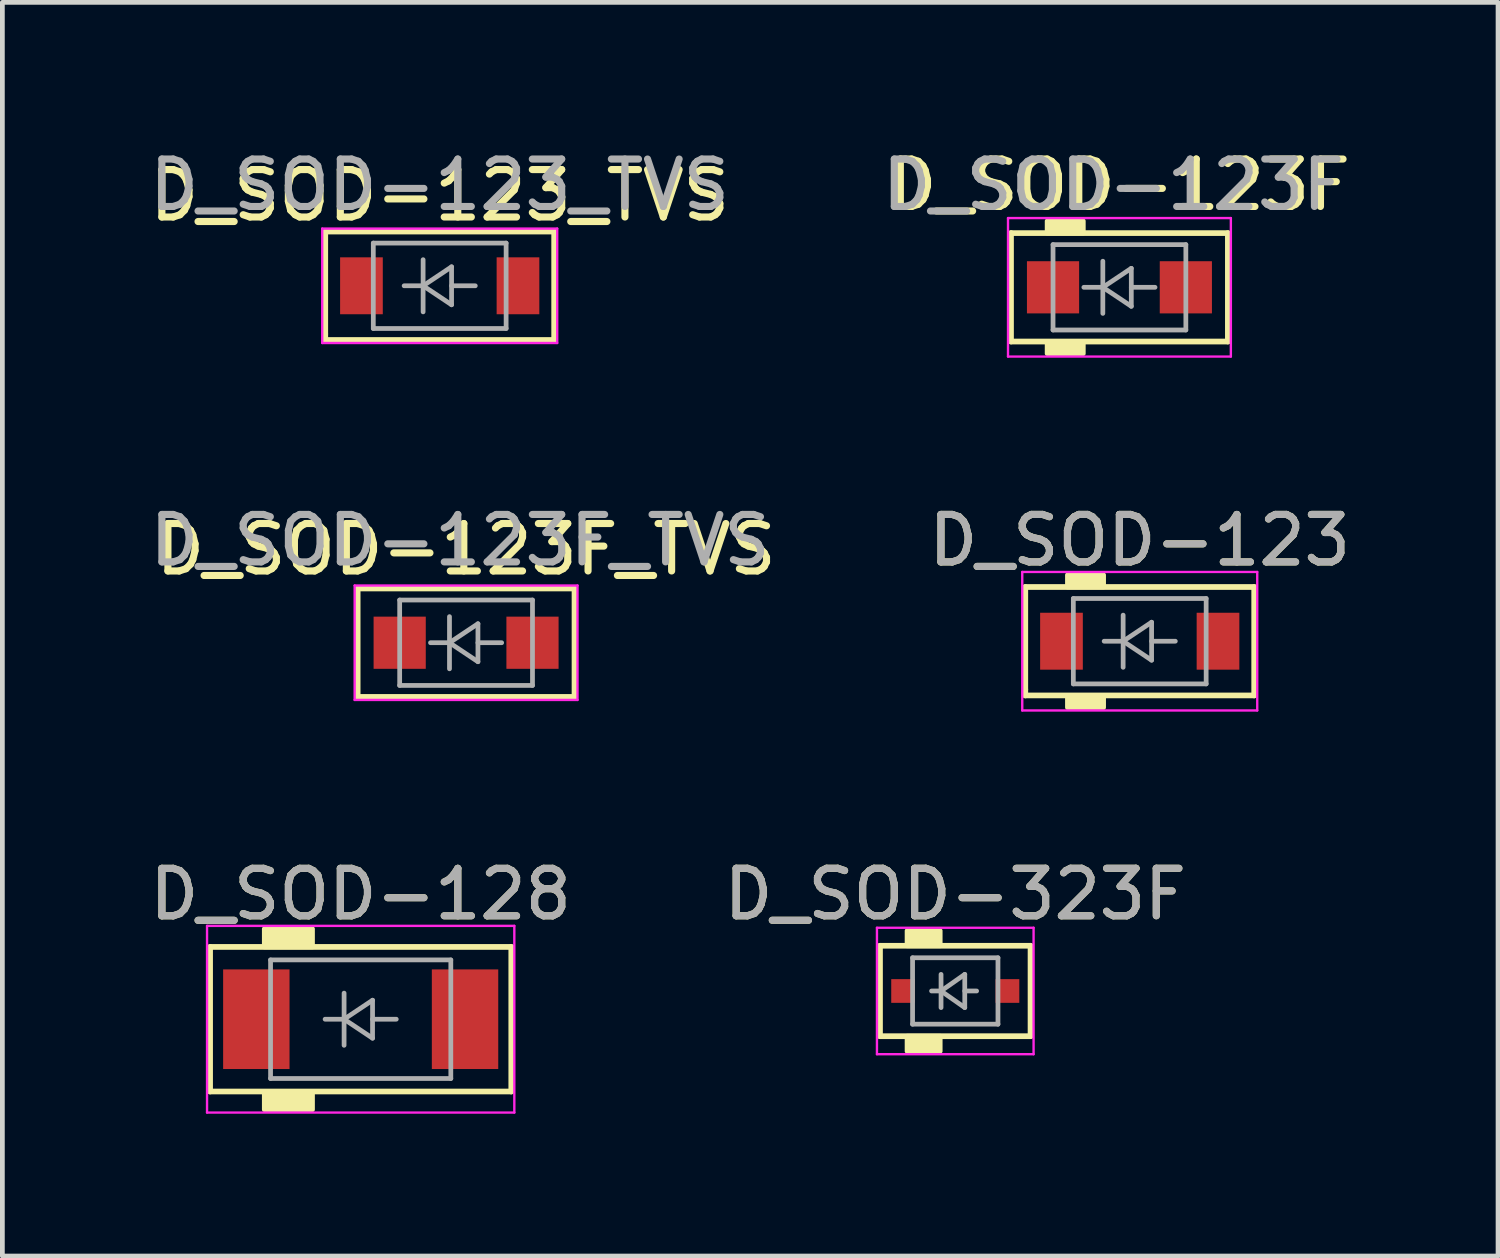
<source format=kicad_pcb>
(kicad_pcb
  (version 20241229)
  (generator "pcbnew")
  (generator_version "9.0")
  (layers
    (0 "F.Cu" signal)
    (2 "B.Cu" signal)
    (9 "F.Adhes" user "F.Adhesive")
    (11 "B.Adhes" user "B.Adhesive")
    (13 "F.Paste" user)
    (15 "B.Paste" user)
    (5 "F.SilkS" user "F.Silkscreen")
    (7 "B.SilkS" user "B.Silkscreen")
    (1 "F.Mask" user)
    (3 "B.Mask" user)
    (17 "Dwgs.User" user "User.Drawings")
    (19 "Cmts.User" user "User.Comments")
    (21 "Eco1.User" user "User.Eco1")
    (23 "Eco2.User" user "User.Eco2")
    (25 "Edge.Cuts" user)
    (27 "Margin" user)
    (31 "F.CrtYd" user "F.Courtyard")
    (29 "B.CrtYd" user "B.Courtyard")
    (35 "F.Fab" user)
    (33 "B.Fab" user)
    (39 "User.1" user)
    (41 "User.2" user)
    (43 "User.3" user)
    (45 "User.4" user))
  (footprint "D_SOD-128"
    (layer "F.Cu")
    (at 4.554 18.437)
    (property "Reference" "D_SOD-128" (at 0 -2.635 0) (layer "F.SilkS") (effects (font (size 1 1) (thickness 0.15))))
    (attr smd)
    (fp_line (start -3.175 -1.524) (end -3.175 1.524) (stroke (width 0.12) (type solid)) (layer "F.SilkS"))
    (fp_line (start -3.175 1.524) (end 3.175 1.524) (stroke (width 0.12) (type solid)) (layer "F.SilkS"))
    (fp_line (start 3.175 -1.524) (end -3.175 -1.524) (stroke (width 0.12) (type solid)) (layer "F.SilkS"))
    (fp_line (start 3.175 1.524) (end 3.175 -1.524) (stroke (width 0.12) (type solid)) (layer "F.SilkS"))
    (fp_poly (pts (xy -1.016 -1.524) (xy -2.032 -1.524) (xy -2.032 -1.905) (xy -1.016 -1.905)) (stroke (width 0.1) (type solid)) (fill yes) (layer "F.SilkS"))
    (fp_poly (pts (xy -1.016 1.905) (xy -2.032 1.905) (xy -2.032 1.524) (xy -1.016 1.524)) (stroke (width 0.1) (type solid)) (fill yes) (layer "F.SilkS"))
    (fp_line (start -3.239 -1.968) (end -3.239 1.968) (stroke (width 0.05) (type solid)) (layer "F.CrtYd"))
    (fp_line (start -3.239 -1.968) (end 3.239 -1.968) (stroke (width 0.05) (type solid)) (layer "F.CrtYd"))
    (fp_line (start 3.239 -1.968) (end 3.239 1.968) (stroke (width 0.05) (type solid)) (layer "F.CrtYd"))
    (fp_line (start 3.239 1.968) (end -3.239 1.968) (stroke (width 0.05) (type solid)) (layer "F.CrtYd"))
    (fp_line (start -1.9 -1.25) (end 1.9 -1.25) (stroke (width 0.1) (type solid)) (layer "F.Fab"))
    (fp_line (start -1.9 1.25) (end -1.9 -1.25) (stroke (width 0.1) (type solid)) (layer "F.Fab"))
    (fp_line (start -0.75 0) (end -0.35 0) (stroke (width 0.1) (type solid)) (layer "F.Fab"))
    (fp_line (start -0.35 0) (end -0.35 -0.55) (stroke (width 0.1) (type solid)) (layer "F.Fab"))
    (fp_line (start -0.35 0) (end -0.35 0.55) (stroke (width 0.1) (type solid)) (layer "F.Fab"))
    (fp_line (start -0.35 0) (end 0.25 -0.4) (stroke (width 0.1) (type solid)) (layer "F.Fab"))
    (fp_line (start 0.25 -0.4) (end 0.25 0.4) (stroke (width 0.1) (type solid)) (layer "F.Fab"))
    (fp_line (start 0.25 0) (end 0.75 0) (stroke (width 0.1) (type solid)) (layer "F.Fab"))
    (fp_line (start 0.25 0.4) (end -0.35 0) (stroke (width 0.1) (type solid)) (layer "F.Fab"))
    (fp_line (start 1.9 -1.25) (end 1.9 1.25) (stroke (width 0.1) (type solid)) (layer "F.Fab"))
    (fp_line (start 1.9 1.25) (end -1.9 1.25) (stroke (width 0.1) (type solid)) (layer "F.Fab"))
    (fp_text user "${REFERENCE}" (at 0 -2.635 0) (layer "F.Fab") (effects (font (size 1 1) (thickness 0.15))))
    (pad "1" smd rect (at -2.2 0) (size 1.4 2.1) (layers "F.Cu" "F.Mask" "F.Paste"))
    (pad "2" smd rect (at 2.2 0) (size 1.4 2.1) (layers "F.Cu" "F.Mask" "F.Paste")))
  (footprint "D_SOD-323F"
    (layer "F.Cu")
    (at 17.089 17.842)
    (property "Reference" "D_SOD-323F" (at 0 -2.041 0) (layer "F.SilkS") (effects (font (size 1 1) (thickness 0.15))))
    (attr smd)
    (fp_line (start -1.587 -0.953) (end -1.587 0.953) (stroke (width 0.12) (type solid)) (layer "F.SilkS"))
    (fp_line (start -1.587 0.953) (end 1.587 0.953) (stroke (width 0.12) (type solid)) (layer "F.SilkS"))
    (fp_line (start 1.587 -0.953) (end -1.587 -0.953) (stroke (width 0.12) (type solid)) (layer "F.SilkS"))
    (fp_line (start 1.587 0.953) (end 1.587 -0.953) (stroke (width 0.12) (type solid)) (layer "F.SilkS"))
    (fp_poly (pts (xy -0.318 -0.953) (xy -1.016 -0.953) (xy -1.016 -1.27) (xy -0.318 -1.27)) (stroke (width 0.1) (type solid)) (fill yes) (layer "F.SilkS"))
    (fp_poly (pts (xy -0.318 1.27) (xy -1.016 1.27) (xy -1.016 0.953) (xy -0.318 0.953)) (stroke (width 0.1) (type solid)) (fill yes) (layer "F.SilkS"))
    (fp_line (start -1.651 -1.333) (end -1.651 1.333) (stroke (width 0.05) (type solid)) (layer "F.CrtYd"))
    (fp_line (start -1.651 -1.333) (end 1.651 -1.333) (stroke (width 0.05) (type solid)) (layer "F.CrtYd"))
    (fp_line (start -1.651 1.333) (end 1.651 1.333) (stroke (width 0.05) (type solid)) (layer "F.CrtYd"))
    (fp_line (start 1.651 -1.333) (end 1.651 1.333) (stroke (width 0.05) (type solid)) (layer "F.CrtYd"))
    (fp_line (start -0.9 -0.7) (end 0.9 -0.7) (stroke (width 0.1) (type solid)) (layer "F.Fab"))
    (fp_line (start -0.9 0.7) (end -0.9 -0.7) (stroke (width 0.1) (type solid)) (layer "F.Fab"))
    (fp_line (start -0.3 -0.35) (end -0.3 0.35) (stroke (width 0.1) (type solid)) (layer "F.Fab"))
    (fp_line (start -0.3 0) (end -0.5 0) (stroke (width 0.1) (type solid)) (layer "F.Fab"))
    (fp_line (start -0.3 0) (end 0.2 -0.35) (stroke (width 0.1) (type solid)) (layer "F.Fab"))
    (fp_line (start 0.2 -0.35) (end 0.2 0.35) (stroke (width 0.1) (type solid)) (layer "F.Fab"))
    (fp_line (start 0.2 0) (end 0.45 0) (stroke (width 0.1) (type solid)) (layer "F.Fab"))
    (fp_line (start 0.2 0.35) (end -0.3 0) (stroke (width 0.1) (type solid)) (layer "F.Fab"))
    (fp_line (start 0.9 -0.7) (end 0.9 0.7) (stroke (width 0.1) (type solid)) (layer "F.Fab"))
    (fp_line (start 0.9 0.7) (end -0.9 0.7) (stroke (width 0.1) (type solid)) (layer "F.Fab"))
    (fp_text user "${REFERENCE}" (at 0 -2.041 0) (layer "F.Fab") (effects (font (size 1 1) (thickness 0.15))))
    (pad "1" smd rect (at -1.1 0) (size 0.5 0.5) (layers "F.Cu" "F.Mask" "F.Paste"))
    (pad "2" smd rect (at 1.1 0) (size 0.5 0.5) (layers "F.Cu" "F.Mask" "F.Paste")))
  (footprint "D_SOD-123F_TVS"
    (layer "F.Cu")
    (at 6.776 10.5)
    (property "Reference" "D_SOD-123F_TVS" (at 0 -1.968 0) (layer "F.SilkS") (effects (font (size 1 1) (thickness 0.15))))
    (attr smd)
    (fp_line (start -2.286 -1.143) (end 2.286 -1.143) (stroke (width 0.12) (type solid)) (layer "F.SilkS"))
    (fp_line (start -2.286 1.143) (end -2.286 -1.143) (stroke (width 0.12) (type solid)) (layer "F.SilkS"))
    (fp_line (start 2.286 -1.143) (end 2.286 1.143) (stroke (width 0.12) (type solid)) (layer "F.SilkS"))
    (fp_line (start 2.286 1.143) (end -2.286 1.143) (stroke (width 0.12) (type solid)) (layer "F.SilkS"))
    (fp_line (start -2.349 -1.206) (end -2.349 1.206) (stroke (width 0.05) (type solid)) (layer "F.CrtYd"))
    (fp_line (start -2.349 -1.206) (end 2.349 -1.206) (stroke (width 0.05) (type solid)) (layer "F.CrtYd"))
    (fp_line (start 2.349 -1.206) (end 2.349 1.206) (stroke (width 0.05) (type solid)) (layer "F.CrtYd"))
    (fp_line (start 2.349 1.206) (end -2.349 1.206) (stroke (width 0.05) (type solid)) (layer "F.CrtYd"))
    (fp_line (start -1.4 -0.9) (end 1.4 -0.9) (stroke (width 0.1) (type solid)) (layer "F.Fab"))
    (fp_line (start -1.4 0.9) (end -1.4 -0.9) (stroke (width 0.1) (type solid)) (layer "F.Fab"))
    (fp_line (start -0.75 0) (end -0.35 0) (stroke (width 0.1) (type solid)) (layer "F.Fab"))
    (fp_line (start -0.35 0) (end -0.35 -0.55) (stroke (width 0.1) (type solid)) (layer "F.Fab"))
    (fp_line (start -0.35 0) (end -0.35 0.55) (stroke (width 0.1) (type solid)) (layer "F.Fab"))
    (fp_line (start -0.35 0) (end 0.25 -0.4) (stroke (width 0.1) (type solid)) (layer "F.Fab"))
    (fp_line (start 0.25 -0.4) (end 0.25 0.4) (stroke (width 0.1) (type solid)) (layer "F.Fab"))
    (fp_line (start 0.25 0) (end 0.75 0) (stroke (width 0.1) (type solid)) (layer "F.Fab"))
    (fp_line (start 0.25 0.4) (end -0.35 0) (stroke (width 0.1) (type solid)) (layer "F.Fab"))
    (fp_line (start 1.4 -0.9) (end 1.4 0.9) (stroke (width 0.1) (type solid)) (layer "F.Fab"))
    (fp_line (start 1.4 0.9) (end -1.4 0.9) (stroke (width 0.1) (type solid)) (layer "F.Fab"))
    (fp_text user "${REFERENCE}" (at -0.127 -2.159 0) (layer "F.Fab") (effects (font (size 1 1) (thickness 0.15))))
    (pad "1" smd rect (at -1.4 0) (size 1.1 1.1) (layers "F.Cu" "F.Mask" "F.Paste"))
    (pad "2" smd rect (at 1.4 0) (size 1.1 1.1) (layers "F.Cu" "F.Mask" "F.Paste")))
  (footprint "D_SOD-123F"
    (layer "F.Cu")
    (at 20.55 3.007)
    (property "Reference" "D_SOD-123F" (at 0 -2.159 0) (layer "F.SilkS") (effects (font (size 1 1) (thickness 0.15))))
    (attr smd)
    (fp_line (start -2.286 -1.143) (end 2.286 -1.143) (stroke (width 0.12) (type solid)) (layer "F.SilkS"))
    (fp_line (start -2.286 1.143) (end -2.286 -1.143) (stroke (width 0.12) (type solid)) (layer "F.SilkS"))
    (fp_line (start 2.286 -1.143) (end 2.286 1.143) (stroke (width 0.12) (type solid)) (layer "F.SilkS"))
    (fp_line (start 2.286 1.143) (end -2.286 1.143) (stroke (width 0.12) (type solid)) (layer "F.SilkS"))
    (fp_poly (pts (xy -0.762 -1.143) (xy -1.524 -1.143) (xy -1.524 -1.397) (xy -0.762 -1.397)) (stroke (width 0.1) (type solid)) (fill yes) (layer "F.SilkS"))
    (fp_poly (pts (xy -0.762 1.397) (xy -1.524 1.397) (xy -1.524 1.143) (xy -0.762 1.143)) (stroke (width 0.1) (type solid)) (fill yes) (layer "F.SilkS"))
    (fp_line (start -2.349 -1.46) (end -2.349 1.46) (stroke (width 0.05) (type solid)) (layer "F.CrtYd"))
    (fp_line (start -2.349 -1.46) (end 2.349 -1.46) (stroke (width 0.05) (type solid)) (layer "F.CrtYd"))
    (fp_line (start 2.349 -1.46) (end 2.349 1.46) (stroke (width 0.05) (type solid)) (layer "F.CrtYd"))
    (fp_line (start 2.349 1.46) (end -2.349 1.46) (stroke (width 0.05) (type solid)) (layer "F.CrtYd"))
    (fp_line (start -1.4 -0.9) (end 1.4 -0.9) (stroke (width 0.1) (type solid)) (layer "F.Fab"))
    (fp_line (start -1.4 0.9) (end -1.4 -0.9) (stroke (width 0.1) (type solid)) (layer "F.Fab"))
    (fp_line (start -0.75 0) (end -0.35 0) (stroke (width 0.1) (type solid)) (layer "F.Fab"))
    (fp_line (start -0.35 0) (end -0.35 -0.55) (stroke (width 0.1) (type solid)) (layer "F.Fab"))
    (fp_line (start -0.35 0) (end -0.35 0.55) (stroke (width 0.1) (type solid)) (layer "F.Fab"))
    (fp_line (start -0.35 0) (end 0.25 -0.4) (stroke (width 0.1) (type solid)) (layer "F.Fab"))
    (fp_line (start 0.25 -0.4) (end 0.25 0.4) (stroke (width 0.1) (type solid)) (layer "F.Fab"))
    (fp_line (start 0.25 0) (end 0.75 0) (stroke (width 0.1) (type solid)) (layer "F.Fab"))
    (fp_line (start 0.25 0.4) (end -0.35 0) (stroke (width 0.1) (type solid)) (layer "F.Fab"))
    (fp_line (start 1.4 -0.9) (end 1.4 0.9) (stroke (width 0.1) (type solid)) (layer "F.Fab"))
    (fp_line (start 1.4 0.9) (end -1.4 0.9) (stroke (width 0.1) (type solid)) (layer "F.Fab"))
    (fp_text user "${REFERENCE}" (at -0.127 -2.159 0) (layer "F.Fab") (effects (font (size 1 1) (thickness 0.15))))
    (pad "1" smd rect (at -1.4 0) (size 1.1 1.1) (layers "F.Cu" "F.Mask" "F.Paste"))
    (pad "2" smd rect (at 1.4 0) (size 1.1 1.1) (layers "F.Cu" "F.Mask" "F.Paste")))
  (footprint "D_SOD-123_TVS"
    (layer "F.Cu")
    (at 6.22 2.975)
    (property "Reference" "D_SOD-123_TVS" (at 0 -1.905 0) (layer "F.SilkS") (effects (font (size 1 1) (thickness 0.15))))
    (attr smd)
    (fp_line (start -2.413 -1.143) (end -2.413 1.016) (stroke (width 0.12) (type solid)) (layer "F.SilkS"))
    (fp_line (start -2.413 1.016) (end -2.413 1.143) (stroke (width 0.12) (type solid)) (layer "F.SilkS"))
    (fp_line (start -2.413 1.143) (end 2.413 1.143) (stroke (width 0.12) (type solid)) (layer "F.SilkS"))
    (fp_line (start 2.413 -1.143) (end -2.413 -1.143) (stroke (width 0.12) (type solid)) (layer "F.SilkS"))
    (fp_line (start 2.413 1.143) (end 2.413 -1.143) (stroke (width 0.12) (type solid)) (layer "F.SilkS"))
    (fp_line (start -2.477 -1.206) (end -2.477 1.206) (stroke (width 0.05) (type solid)) (layer "F.CrtYd"))
    (fp_line (start -2.477 -1.206) (end 2.477 -1.206) (stroke (width 0.05) (type solid)) (layer "F.CrtYd"))
    (fp_line (start 2.477 -1.206) (end 2.477 1.206) (stroke (width 0.05) (type solid)) (layer "F.CrtYd"))
    (fp_line (start 2.477 1.206) (end -2.477 1.206) (stroke (width 0.05) (type solid)) (layer "F.CrtYd"))
    (fp_line (start -1.4 -0.9) (end 1.4 -0.9) (stroke (width 0.1) (type solid)) (layer "F.Fab"))
    (fp_line (start -1.4 0.9) (end -1.4 -0.9) (stroke (width 0.1) (type solid)) (layer "F.Fab"))
    (fp_line (start -0.75 0) (end -0.35 0) (stroke (width 0.1) (type solid)) (layer "F.Fab"))
    (fp_line (start -0.35 0) (end -0.35 -0.55) (stroke (width 0.1) (type solid)) (layer "F.Fab"))
    (fp_line (start -0.35 0) (end -0.35 0.55) (stroke (width 0.1) (type solid)) (layer "F.Fab"))
    (fp_line (start -0.35 0) (end 0.25 -0.4) (stroke (width 0.1) (type solid)) (layer "F.Fab"))
    (fp_line (start 0.25 -0.4) (end 0.25 0.4) (stroke (width 0.1) (type solid)) (layer "F.Fab"))
    (fp_line (start 0.25 0) (end 0.75 0) (stroke (width 0.1) (type solid)) (layer "F.Fab"))
    (fp_line (start 0.25 0.4) (end -0.35 0) (stroke (width 0.1) (type solid)) (layer "F.Fab"))
    (fp_line (start 1.4 -0.9) (end 1.4 0.9) (stroke (width 0.1) (type solid)) (layer "F.Fab"))
    (fp_line (start 1.4 0.9) (end -1.4 0.9) (stroke (width 0.1) (type solid)) (layer "F.Fab"))
    (fp_text user "${REFERENCE}" (at 0 -2.127 0) (layer "F.Fab") (effects (font (size 1 1) (thickness 0.15))))
    (pad "1" smd rect (at -1.65 0) (size 0.9 1.2) (layers "F.Cu" "F.Mask" "F.Paste"))
    (pad "2" smd rect (at 1.65 0) (size 0.9 1.2) (layers "F.Cu" "F.Mask" "F.Paste")))
  (footprint "D_SOD-123"
    (layer "F.Cu")
    (at 20.978 10.468)
    (property "Reference" "D_SOD-123" (at 0 -2.127 0) (layer "F.SilkS") (effects (font (size 1 1) (thickness 0.15))))
    (attr smd)
    (fp_line (start -2.413 -1.143) (end -2.413 1.016) (stroke (width 0.12) (type solid)) (layer "F.SilkS"))
    (fp_line (start -2.413 1.016) (end -2.413 1.143) (stroke (width 0.12) (type solid)) (layer "F.SilkS"))
    (fp_line (start -2.413 1.143) (end 2.413 1.143) (stroke (width 0.12) (type solid)) (layer "F.SilkS"))
    (fp_line (start 2.413 -1.143) (end -2.413 -1.143) (stroke (width 0.12) (type solid)) (layer "F.SilkS"))
    (fp_line (start 2.413 1.143) (end 2.413 -1.143) (stroke (width 0.12) (type solid)) (layer "F.SilkS"))
    (fp_poly (pts (xy -0.762 -1.143) (xy -1.524 -1.143) (xy -1.524 -1.397) (xy -0.762 -1.397)) (stroke (width 0.1) (type solid)) (fill yes) (layer "F.SilkS"))
    (fp_poly (pts (xy -0.762 1.397) (xy -1.524 1.397) (xy -1.524 1.143) (xy -0.762 1.143)) (stroke (width 0.1) (type solid)) (fill yes) (layer "F.SilkS"))
    (fp_line (start -2.477 -1.46) (end -2.477 1.46) (stroke (width 0.05) (type solid)) (layer "F.CrtYd"))
    (fp_line (start -2.477 -1.46) (end 2.477 -1.46) (stroke (width 0.05) (type solid)) (layer "F.CrtYd"))
    (fp_line (start 2.477 -1.46) (end 2.477 1.46) (stroke (width 0.05) (type solid)) (layer "F.CrtYd"))
    (fp_line (start 2.477 1.46) (end -2.477 1.46) (stroke (width 0.05) (type solid)) (layer "F.CrtYd"))
    (fp_line (start -1.4 -0.9) (end 1.4 -0.9) (stroke (width 0.1) (type solid)) (layer "F.Fab"))
    (fp_line (start -1.4 0.9) (end -1.4 -0.9) (stroke (width 0.1) (type solid)) (layer "F.Fab"))
    (fp_line (start -0.75 0) (end -0.35 0) (stroke (width 0.1) (type solid)) (layer "F.Fab"))
    (fp_line (start -0.35 0) (end -0.35 -0.55) (stroke (width 0.1) (type solid)) (layer "F.Fab"))
    (fp_line (start -0.35 0) (end -0.35 0.55) (stroke (width 0.1) (type solid)) (layer "F.Fab"))
    (fp_line (start -0.35 0) (end 0.25 -0.4) (stroke (width 0.1) (type solid)) (layer "F.Fab"))
    (fp_line (start 0.25 -0.4) (end 0.25 0.4) (stroke (width 0.1) (type solid)) (layer "F.Fab"))
    (fp_line (start 0.25 0) (end 0.75 0) (stroke (width 0.1) (type solid)) (layer "F.Fab"))
    (fp_line (start 0.25 0.4) (end -0.35 0) (stroke (width 0.1) (type solid)) (layer "F.Fab"))
    (fp_line (start 1.4 -0.9) (end 1.4 0.9) (stroke (width 0.1) (type solid)) (layer "F.Fab"))
    (fp_line (start 1.4 0.9) (end -1.4 0.9) (stroke (width 0.1) (type solid)) (layer "F.Fab"))
    (fp_text user "${REFERENCE}" (at 0 -2.127 0) (layer "F.Fab") (effects (font (size 1 1) (thickness 0.15))))
    (pad "1" smd rect (at -1.65 0) (size 0.9 1.2) (layers "F.Cu" "F.Mask" "F.Paste"))
    (pad "2" smd rect (at 1.65 0) (size 0.9 1.2) (layers "F.Cu" "F.Mask" "F.Paste")))
  (gr_rect
    (start -3 -3)
    (end 28.532 23.43)
    (stroke (width 0.1) (type default))
    (fill no)
    (layer "Edge.Cuts")))
</source>
